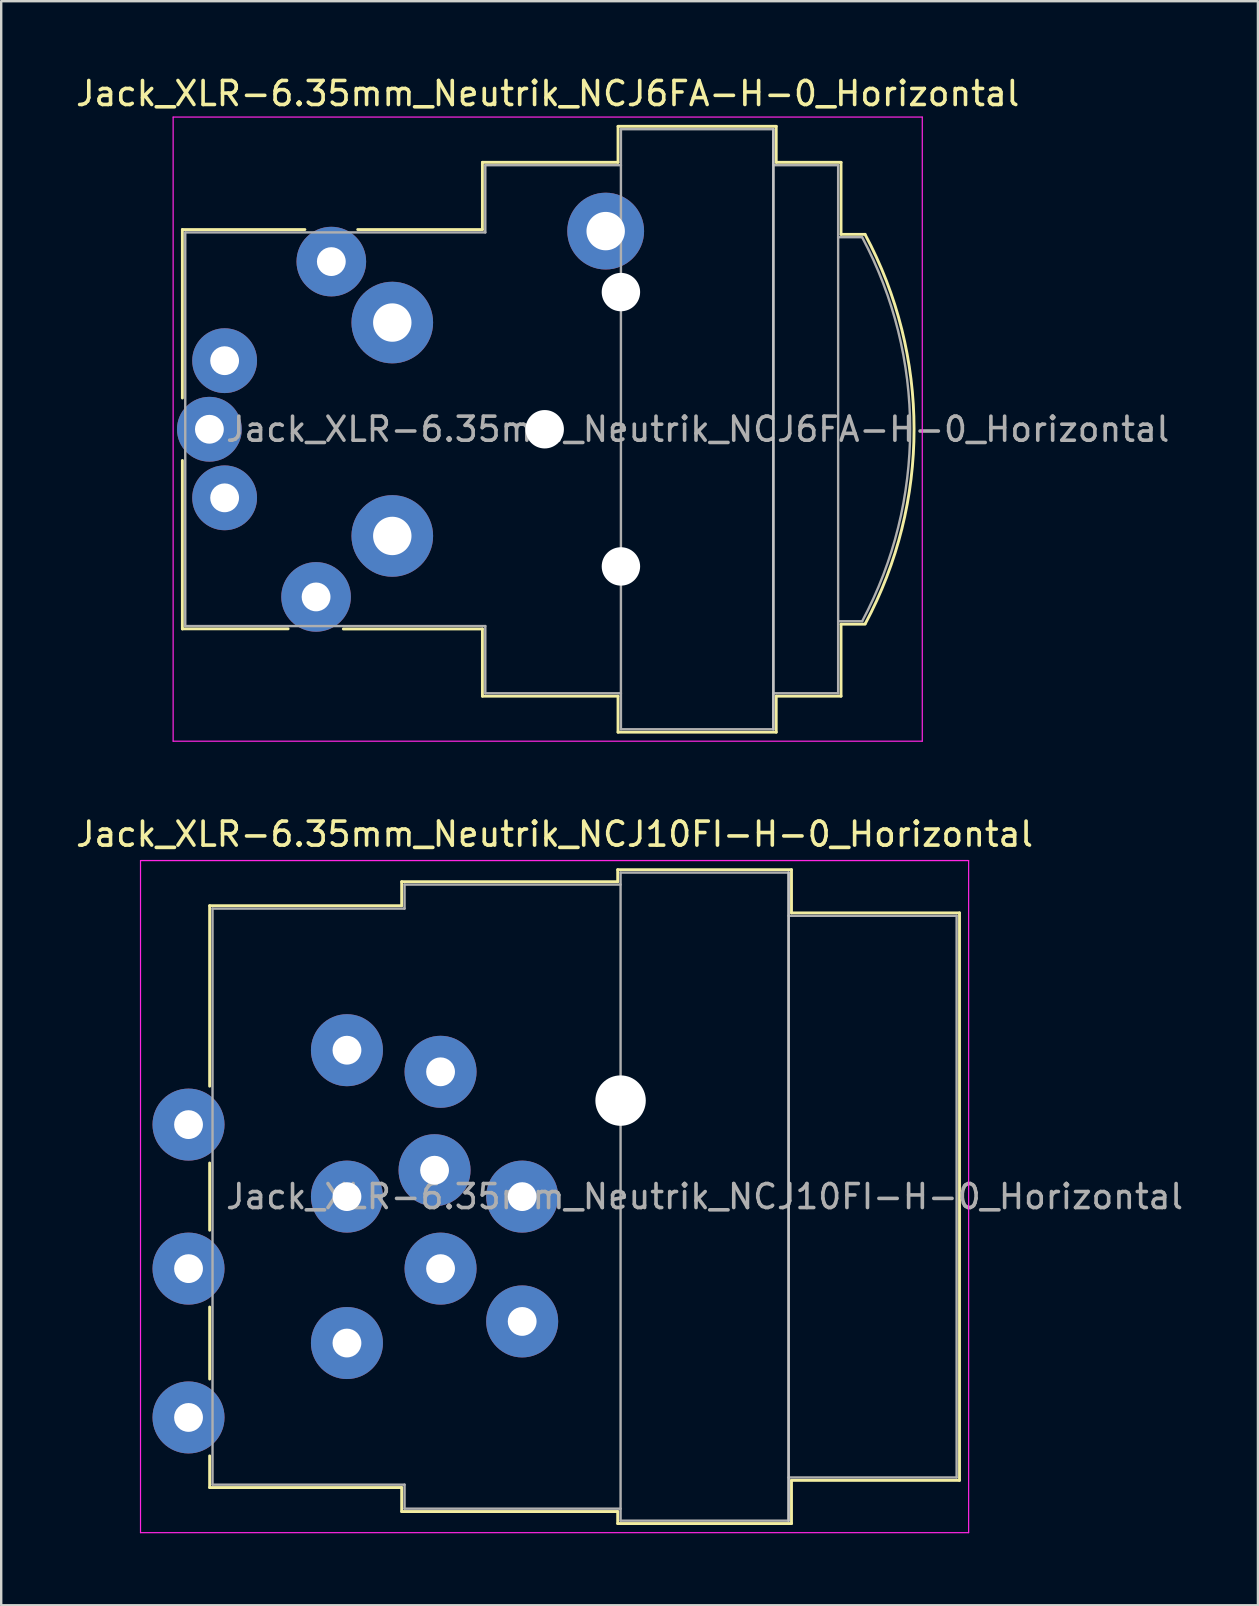
<source format=kicad_pcb>
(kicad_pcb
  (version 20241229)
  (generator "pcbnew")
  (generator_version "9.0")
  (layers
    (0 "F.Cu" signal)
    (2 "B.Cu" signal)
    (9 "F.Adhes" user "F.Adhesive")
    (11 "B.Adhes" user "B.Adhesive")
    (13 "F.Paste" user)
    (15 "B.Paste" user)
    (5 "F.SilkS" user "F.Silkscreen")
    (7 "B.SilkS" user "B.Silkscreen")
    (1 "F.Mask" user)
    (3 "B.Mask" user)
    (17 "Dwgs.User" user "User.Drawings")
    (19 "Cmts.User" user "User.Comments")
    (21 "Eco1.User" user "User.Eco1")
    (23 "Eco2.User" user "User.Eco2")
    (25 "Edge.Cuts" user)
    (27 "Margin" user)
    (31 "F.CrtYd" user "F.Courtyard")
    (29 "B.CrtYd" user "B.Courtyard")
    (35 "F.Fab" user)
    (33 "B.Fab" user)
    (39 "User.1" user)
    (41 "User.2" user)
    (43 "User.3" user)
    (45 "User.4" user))
  (footprint "Jack_XLR-6.35mm_Neutrik_NCJ10FI-H-0_Horizontal"
    (layer "F.Cu")
    (at 11.404 40.702)
    (property "Reference" "Jack_XLR-6.35mm_Neutrik_NCJ10FI-H-0_Horizontal" (at 8.65 -9 0) (layer "F.SilkS") (effects (font (size 1 1) (thickness 0.15))))
    (attr through_hole)
    (fp_line (start -5.72 -6.02) (end -5.72 1.5) (stroke (width 0.12) (type solid)) (layer "F.SilkS"))
    (fp_line (start -5.72 4.7) (end -5.72 7.5) (stroke (width 0.12) (type solid)) (layer "F.SilkS"))
    (fp_line (start -5.72 10.7) (end -5.72 13.7) (stroke (width 0.12) (type solid)) (layer "F.SilkS"))
    (fp_line (start -5.72 16.9) (end -5.72 18.22) (stroke (width 0.12) (type solid)) (layer "F.SilkS"))
    (fp_line (start 2.28 -7.02) (end 2.28 -6.02) (stroke (width 0.12) (type solid)) (layer "F.SilkS"))
    (fp_line (start 2.28 -6.02) (end -5.72 -6.02) (stroke (width 0.12) (type solid)) (layer "F.SilkS"))
    (fp_line (start 2.28 18.22) (end -5.72 18.22) (stroke (width 0.12) (type solid)) (layer "F.SilkS"))
    (fp_line (start 2.28 19.22) (end 2.28 18.22) (stroke (width 0.12) (type solid)) (layer "F.SilkS"))
    (fp_line (start 11.28 -7.02) (end 2.28 -7.02) (stroke (width 0.12) (type solid)) (layer "F.SilkS"))
    (fp_line (start 11.28 -7.02) (end 11.28 -7.52) (stroke (width 0.12) (type solid)) (layer "F.SilkS"))
    (fp_line (start 11.28 19.22) (end 2.28 19.22) (stroke (width 0.12) (type solid)) (layer "F.SilkS"))
    (fp_line (start 11.28 19.72) (end 11.28 19.22) (stroke (width 0.12) (type solid)) (layer "F.SilkS"))
    (fp_line (start 18.52 -7.52) (end 11.28 -7.52) (stroke (width 0.12) (type solid)) (layer "F.SilkS"))
    (fp_line (start 18.52 -7.52) (end 18.52 -5.72) (stroke (width 0.12) (type solid)) (layer "F.SilkS"))
    (fp_line (start 18.52 -5.72) (end 25.52 -5.72) (stroke (width 0.12) (type solid)) (layer "F.SilkS"))
    (fp_line (start 18.52 17.92) (end 18.52 19.72) (stroke (width 0.12) (type solid)) (layer "F.SilkS"))
    (fp_line (start 18.52 17.92) (end 25.52 17.92) (stroke (width 0.12) (type solid)) (layer "F.SilkS"))
    (fp_line (start 18.52 19.72) (end 11.28 19.72) (stroke (width 0.12) (type solid)) (layer "F.SilkS"))
    (fp_line (start 25.52 -5.72) (end 25.52 17.92) (stroke (width 0.12) (type solid)) (layer "F.SilkS"))
    (fp_line (start 18.4 -7.4) (end 18.4 19.6) (stroke (width 0.1) (type solid)) (layer "Dwgs.User"))
    (fp_line (start -8.6 -7.9) (end -8.6 20.1) (stroke (width 0.05) (type solid)) (layer "F.CrtYd"))
    (fp_line (start 25.9 -7.9) (end -8.6 -7.9) (stroke (width 0.05) (type solid)) (layer "F.CrtYd"))
    (fp_line (start 25.9 -7.9) (end 25.9 20.1) (stroke (width 0.05) (type solid)) (layer "F.CrtYd"))
    (fp_line (start 25.9 20.1) (end -8.6 20.1) (stroke (width 0.05) (type solid)) (layer "F.CrtYd"))
    (fp_line (start -5.6 -5.9) (end -5.6 18.1) (stroke (width 0.1) (type solid)) (layer "F.Fab"))
    (fp_line (start -5.6 18.1) (end 2.4 18.1) (stroke (width 0.1) (type solid)) (layer "F.Fab"))
    (fp_line (start 2.4 -6.9) (end 2.4 -5.9) (stroke (width 0.1) (type solid)) (layer "F.Fab"))
    (fp_line (start 2.4 -5.9) (end -5.6 -5.9) (stroke (width 0.1) (type solid)) (layer "F.Fab"))
    (fp_line (start 2.4 18.1) (end 2.4 19.1) (stroke (width 0.1) (type solid)) (layer "F.Fab"))
    (fp_line (start 2.4 19.1) (end 11.4 19.1) (stroke (width 0.1) (type solid)) (layer "F.Fab"))
    (fp_line (start 11.4 -7.4) (end 18.4 -7.4) (stroke (width 0.1) (type solid)) (layer "F.Fab"))
    (fp_line (start 11.4 -6.9) (end 2.4 -6.9) (stroke (width 0.1) (type solid)) (layer "F.Fab"))
    (fp_line (start 11.4 19.6) (end 11.4 -7.4) (stroke (width 0.1) (type solid)) (layer "F.Fab"))
    (fp_line (start 18.4 -7.4) (end 18.4 19.6) (stroke (width 0.1) (type solid)) (layer "F.Fab"))
    (fp_line (start 18.4 -5.6) (end 25.4 -5.6) (stroke (width 0.1) (type solid)) (layer "F.Fab"))
    (fp_line (start 18.4 19.6) (end 11.4 19.6) (stroke (width 0.1) (type solid)) (layer "F.Fab"))
    (fp_line (start 25.4 -5.6) (end 25.4 17.8) (stroke (width 0.1) (type solid)) (layer "F.Fab"))
    (fp_line (start 25.4 17.8) (end 18.4 17.8) (stroke (width 0.1) (type solid)) (layer "F.Fab"))
    (fp_text user "${REFERENCE}" (at 14.9 6.1 0) (layer "F.Fab") (effects (font (size 1 1) (thickness 0.15))))
    (pad "" np_thru_hole circle (at 11.4 2.1) (size 2.1 2.1) (drill 2.1) (layers "*.Cu" "*.Mask"))
    (pad "1" thru_hole circle (at 0 0) (size 3 3) (drill 1.2) (layers "*.Cu" "*.Mask"))
    (pad "2" thru_hole circle (at 0 12.2) (size 3 3) (drill 1.2) (layers "*.Cu" "*.Mask"))
    (pad "3" thru_hole circle (at 0 6.1) (size 3 3) (drill 1.2) (layers "*.Cu" "*.Mask"))
    (pad "G" thru_hole circle (at 7.3 6.1) (size 3 3) (drill 1.2) (layers "*.Cu" "*.Mask"))
    (pad "GN" thru_hole circle (at 3.65 5) (size 3 3) (drill 1.2) (layers "*.Cu" "*.Mask"))
    (pad "R" thru_hole circle (at 3.9 0.9) (size 3 3) (drill 1.2) (layers "*.Cu" "*.Mask"))
    (pad "RN" thru_hole circle (at -6.6 3.1) (size 3 3) (drill 1.2) (layers "*.Cu" "*.Mask"))
    (pad "S" thru_hole circle (at 7.3 11.3) (size 3 3) (drill 1.2) (layers "*.Cu" "*.Mask"))
    (pad "SN" thru_hole circle (at 3.9 9.1) (size 3 3) (drill 1.2) (layers "*.Cu" "*.Mask"))
    (pad "T" thru_hole circle (at -6.6 15.3) (size 3 3) (drill 1.2) (layers "*.Cu" "*.Mask"))
    (pad "TN" thru_hole circle (at -6.6 9.1) (size 3 3) (drill 1.2) (layers "*.Cu" "*.Mask")))
  (footprint "Jack_XLR-6.35mm_Neutrik_NCJ6FA-H-0_Horizontal"
    (layer "F.Cu")
    (at 10.753 7.848)
    (property "Reference" "Jack_XLR-6.35mm_Neutrik_NCJ6FA-H-0_Horizontal" (at 9.015 -7 0) (layer "F.SilkS") (effects (font (size 1 1) (thickness 0.15))))
    (attr through_hole)
    (fp_line (start -6.205 -1.335) (end -6.205 5.685) (stroke (width 0.12) (type solid)) (layer "F.SilkS"))
    (fp_line (start -6.205 8.285) (end -6.205 15.305) (stroke (width 0.12) (type solid)) (layer "F.SilkS"))
    (fp_line (start -1.8 15.3) (end -6.205 15.3) (stroke (width 0.12) (type solid)) (layer "F.SilkS"))
    (fp_line (start -1.1 -1.335) (end -6.205 -1.335) (stroke (width 0.12) (type solid)) (layer "F.SilkS"))
    (fp_line (start 6.295 -4.135) (end 6.295 -1.335) (stroke (width 0.12) (type solid)) (layer "F.SilkS"))
    (fp_line (start 6.295 -1.335) (end 1.1 -1.335) (stroke (width 0.12) (type solid)) (layer "F.SilkS"))
    (fp_line (start 6.295 15.305) (end 0.5 15.305) (stroke (width 0.12) (type solid)) (layer "F.SilkS"))
    (fp_line (start 6.295 18.105) (end 6.295 15.305) (stroke (width 0.12) (type solid)) (layer "F.SilkS"))
    (fp_line (start 11.945 -4.135) (end 6.295 -4.135) (stroke (width 0.12) (type solid)) (layer "F.SilkS"))
    (fp_line (start 11.945 -4.135) (end 11.945 -5.635) (stroke (width 0.12) (type solid)) (layer "F.SilkS"))
    (fp_line (start 11.945 18.105) (end 6.295 18.105) (stroke (width 0.12) (type solid)) (layer "F.SilkS"))
    (fp_line (start 11.945 19.605) (end 11.945 18.105) (stroke (width 0.12) (type solid)) (layer "F.SilkS"))
    (fp_line (start 18.535 -5.635) (end 11.945 -5.635) (stroke (width 0.12) (type solid)) (layer "F.SilkS"))
    (fp_line (start 18.535 -5.635) (end 18.535 -4.135) (stroke (width 0.12) (type solid)) (layer "F.SilkS"))
    (fp_line (start 18.535 -4.135) (end 21.235 -4.135) (stroke (width 0.12) (type solid)) (layer "F.SilkS"))
    (fp_line (start 18.535 18.105) (end 18.535 19.605) (stroke (width 0.12) (type solid)) (layer "F.SilkS"))
    (fp_line (start 18.535 18.105) (end 21.235 18.105) (stroke (width 0.12) (type solid)) (layer "F.SilkS"))
    (fp_line (start 18.535 19.605) (end 11.945 19.605) (stroke (width 0.12) (type solid)) (layer "F.SilkS"))
    (fp_line (start 21.235 -4.135) (end 21.235 -1.135) (stroke (width 0.12) (type solid)) (layer "F.SilkS"))
    (fp_line (start 21.235 -1.135) (end 22.235 -1.135) (stroke (width 0.12) (type solid)) (layer "F.SilkS"))
    (fp_line (start 21.235 15.105) (end 21.235 18.105) (stroke (width 0.12) (type solid)) (layer "F.SilkS"))
    (fp_line (start 21.235 15.105) (end 22.235 15.105) (stroke (width 0.12) (type solid)) (layer "F.SilkS"))
    (fp_arc (start 22.235 -1.135) (mid 24.27742 6.973784) (end 22.245601 15.08523) (stroke (width 0.12) (type solid)) (layer "F.SilkS"))
    (fp_line (start 18.415 -5.515) (end 18.415 19.485) (stroke (width 0.1) (type solid)) (layer "Dwgs.User"))
    (fp_line (start -6.59 -6.02) (end -6.59 19.98) (stroke (width 0.05) (type solid)) (layer "F.CrtYd"))
    (fp_line (start 24.62 -6.02) (end -6.59 -6.02) (stroke (width 0.05) (type solid)) (layer "F.CrtYd"))
    (fp_line (start 24.62 -6.02) (end 24.62 19.98) (stroke (width 0.05) (type solid)) (layer "F.CrtYd"))
    (fp_line (start 24.62 19.98) (end -6.59 19.98) (stroke (width 0.05) (type solid)) (layer "F.CrtYd"))
    (fp_line (start -6.085 -1.215) (end -6.085 15.185) (stroke (width 0.1) (type solid)) (layer "F.Fab"))
    (fp_line (start -6.085 15.185) (end 6.415 15.185) (stroke (width 0.1) (type solid)) (layer "F.Fab"))
    (fp_line (start 6.415 -4.015) (end 6.415 -1.215) (stroke (width 0.1) (type solid)) (layer "F.Fab"))
    (fp_line (start 6.415 -1.215) (end -6.085 -1.215) (stroke (width 0.1) (type solid)) (layer "F.Fab"))
    (fp_line (start 6.415 15.185) (end 6.415 17.985) (stroke (width 0.1) (type solid)) (layer "F.Fab"))
    (fp_line (start 6.415 17.985) (end 12.065 17.985) (stroke (width 0.1) (type solid)) (layer "F.Fab"))
    (fp_line (start 12.065 -5.515) (end 18.415 -5.515) (stroke (width 0.1) (type solid)) (layer "F.Fab"))
    (fp_line (start 12.065 -4.015) (end 6.415 -4.015) (stroke (width 0.1) (type solid)) (layer "F.Fab"))
    (fp_line (start 12.065 19.485) (end 12.065 -5.515) (stroke (width 0.1) (type solid)) (layer "F.Fab"))
    (fp_line (start 18.415 -5.515) (end 18.415 19.485) (stroke (width 0.1) (type solid)) (layer "F.Fab"))
    (fp_line (start 18.415 -4.015) (end 21.115 -4.015) (stroke (width 0.1) (type solid)) (layer "F.Fab"))
    (fp_line (start 18.415 19.485) (end 12.065 19.485) (stroke (width 0.1) (type solid)) (layer "F.Fab"))
    (fp_line (start 21.115 -4.015) (end 21.115 17.985) (stroke (width 0.1) (type solid)) (layer "F.Fab"))
    (fp_line (start 21.115 -1.015) (end 22.115 -1.015) (stroke (width 0.1) (type solid)) (layer "F.Fab"))
    (fp_line (start 21.115 14.985) (end 22.115 14.985) (stroke (width 0.1) (type solid)) (layer "F.Fab"))
    (fp_line (start 21.115 17.985) (end 18.415 17.985) (stroke (width 0.1) (type solid)) (layer "F.Fab"))
    (fp_arc (start 22.115 -1.015) (mid 24.114999 6.978328) (end 22.121275 14.973223) (stroke (width 0.1) (type solid)) (layer "F.Fab"))
    (fp_text user "${REFERENCE}" (at 15.265 6.985 0) (layer "F.Fab") (effects (font (size 1 1) (thickness 0.15))))
    (pad "" np_thru_hole circle (at 8.89 6.985) (size 1.6 1.6) (drill 1.6) (layers "*.Cu" "*.Mask"))
    (pad "" np_thru_hole circle (at 12.065 1.27) (size 1.6 1.6) (drill 1.6) (layers "*.Cu" "*.Mask"))
    (pad "" np_thru_hole circle (at 12.065 12.7) (size 1.6 1.6) (drill 1.6) (layers "*.Cu" "*.Mask"))
    (pad "1" thru_hole circle (at 0 0) (size 2.9 2.9) (drill 1.2) (layers "*.Cu" "*.Mask"))
    (pad "2" thru_hole circle (at -0.635 13.97) (size 2.9 2.9) (drill 1.2) (layers "*.Cu" "*.Mask"))
    (pad "3" thru_hole circle (at -5.08 6.985) (size 2.7 2.7) (drill 1.2) (layers "*.Cu" "*.Mask"))
    (pad "G" thru_hole circle (at 11.43 -1.27) (size 3.2 3.2) (drill 1.6) (layers "*.Cu" "*.Mask"))
    (pad "R" thru_hole circle (at -4.445 9.842) (size 2.7 2.7) (drill 1.2) (layers "*.Cu" "*.Mask"))
    (pad "S" thru_hole circle (at -4.445 4.128) (size 2.7 2.7) (drill 1.2) (layers "*.Cu" "*.Mask"))
    (pad "T" thru_hole circle (at 2.54 2.54) (size 3.4 3.4) (drill 1.6) (layers "*.Cu" "*.Mask"))
    (pad "T" thru_hole circle (at 2.54 11.43) (size 3.4 3.4) (drill 1.6) (layers "*.Cu" "*.Mask")))
  (gr_rect
    (start -3 -3)
    (end 49.357 63.827)
    (stroke (width 0.1) (type default))
    (fill no)
    (layer "Edge.Cuts")))
</source>
